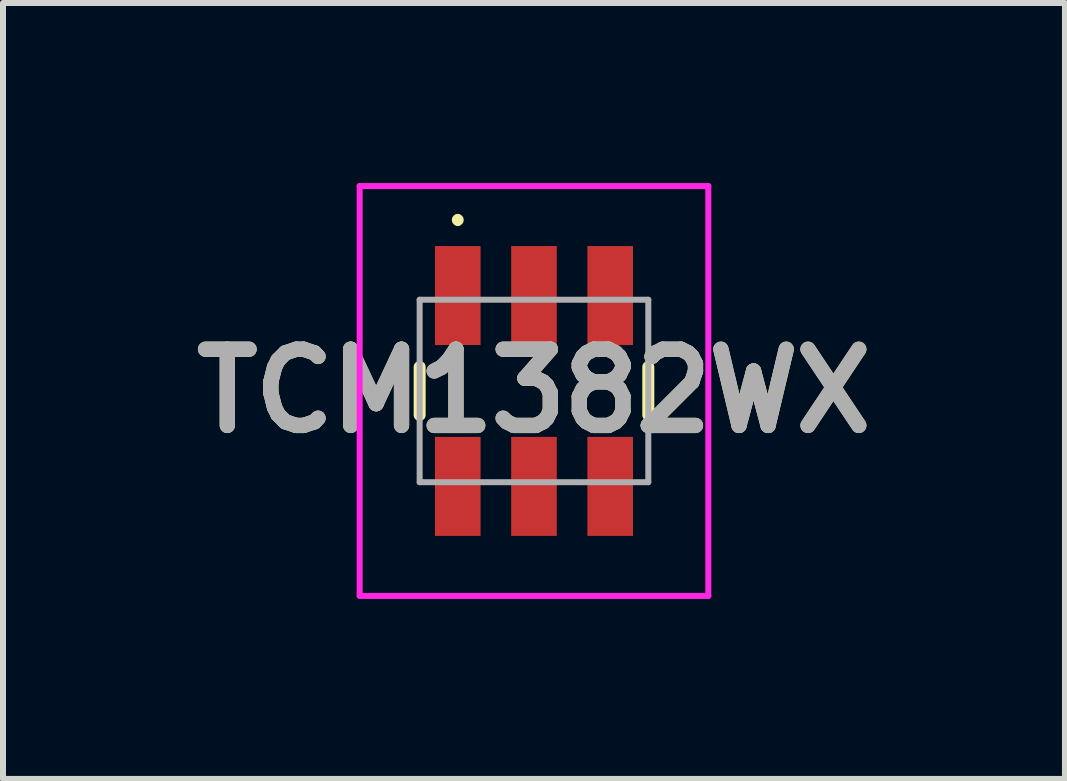
<source format=kicad_pcb>
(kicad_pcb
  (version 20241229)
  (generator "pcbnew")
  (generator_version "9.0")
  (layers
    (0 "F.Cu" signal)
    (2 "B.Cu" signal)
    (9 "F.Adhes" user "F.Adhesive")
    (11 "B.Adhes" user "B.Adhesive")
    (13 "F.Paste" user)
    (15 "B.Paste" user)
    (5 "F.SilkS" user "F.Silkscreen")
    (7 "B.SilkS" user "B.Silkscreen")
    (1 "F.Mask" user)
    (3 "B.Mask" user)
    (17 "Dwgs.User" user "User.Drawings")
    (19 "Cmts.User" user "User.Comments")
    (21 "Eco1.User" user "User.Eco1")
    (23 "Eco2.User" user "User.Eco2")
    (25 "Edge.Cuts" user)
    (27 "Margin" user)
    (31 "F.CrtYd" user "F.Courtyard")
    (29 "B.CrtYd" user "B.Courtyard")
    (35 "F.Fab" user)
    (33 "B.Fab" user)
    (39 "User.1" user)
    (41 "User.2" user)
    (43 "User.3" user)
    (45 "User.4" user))
  (footprint "TCM1382WX"
    (layer "F.Cu")
    (at 5.848 3.465)
    (property "Reference" "TCM1382WX" (at 0 0 0) (layer "F.SilkS") (effects (font (size 1.27 1.27) (thickness 0.254))))
    (attr smd)
    (fp_line (start -1.905 -0.4) (end -1.905 0.4) (stroke (width 0.2) (type solid)) (layer "F.SilkS"))
    (fp_line (start -1.27 -2.9) (end -1.27 -2.9) (stroke (width 0.1) (type solid)) (layer "F.SilkS"))
    (fp_line (start -1.27 -2.8) (end -1.27 -2.8) (stroke (width 0.1) (type solid)) (layer "F.SilkS"))
    (fp_line (start 1.905 -0.4) (end 1.905 0.4) (stroke (width 0.2) (type solid)) (layer "F.SilkS"))
    (fp_arc (start -1.27 -2.9) (mid -1.22 -2.85) (end -1.27 -2.8) (stroke (width 0.1) (type solid)) (layer "F.SilkS"))
    (fp_arc (start -1.27 -2.8) (mid -1.32 -2.85) (end -1.27 -2.9) (stroke (width 0.1) (type solid)) (layer "F.SilkS"))
    (fp_line (start -2.905 -3.415) (end 2.905 -3.415) (stroke (width 0.1) (type solid)) (layer "F.CrtYd"))
    (fp_line (start -2.905 3.415) (end -2.905 -3.415) (stroke (width 0.1) (type solid)) (layer "F.CrtYd"))
    (fp_line (start 2.905 -3.415) (end 2.905 3.415) (stroke (width 0.1) (type solid)) (layer "F.CrtYd"))
    (fp_line (start 2.905 3.415) (end -2.905 3.415) (stroke (width 0.1) (type solid)) (layer "F.CrtYd"))
    (fp_line (start -1.905 -1.52) (end 1.905 -1.52) (stroke (width 0.1) (type solid)) (layer "F.Fab"))
    (fp_line (start -1.905 1.52) (end -1.905 -1.52) (stroke (width 0.1) (type solid)) (layer "F.Fab"))
    (fp_line (start 1.905 -1.52) (end 1.905 1.52) (stroke (width 0.1) (type solid)) (layer "F.Fab"))
    (fp_line (start 1.905 1.52) (end -1.905 1.52) (stroke (width 0.1) (type solid)) (layer "F.Fab"))
    (fp_text user "${REFERENCE}" (at 0 0 0) (layer "F.Fab") (effects (font (size 1.27 1.27) (thickness 0.254))))
    (pad "1" smd rect (at -1.27 -1.59) (size 0.76 1.65) (layers "F.Cu" "F.Mask" "F.Paste"))
    (pad "2" smd rect (at 0 -1.59) (size 0.76 1.65) (layers "F.Cu" "F.Mask" "F.Paste"))
    (pad "3" smd rect (at 1.27 -1.59) (size 0.76 1.65) (layers "F.Cu" "F.Mask" "F.Paste"))
    (pad "4" smd rect (at 1.27 1.59) (size 0.76 1.65) (layers "F.Cu" "F.Mask" "F.Paste"))
    (pad "5" smd rect (at 0 1.59) (size 0.76 1.65) (layers "F.Cu" "F.Mask" "F.Paste"))
    (pad "6" smd rect (at -1.27 1.59) (size 0.76 1.65) (layers "F.Cu" "F.Mask" "F.Paste")))
  (gr_rect
    (start -3 -3)
    (end 14.696 9.93)
    (stroke (width 0.1) (type default))
    (fill no)
    (layer "Edge.Cuts")))
</source>
